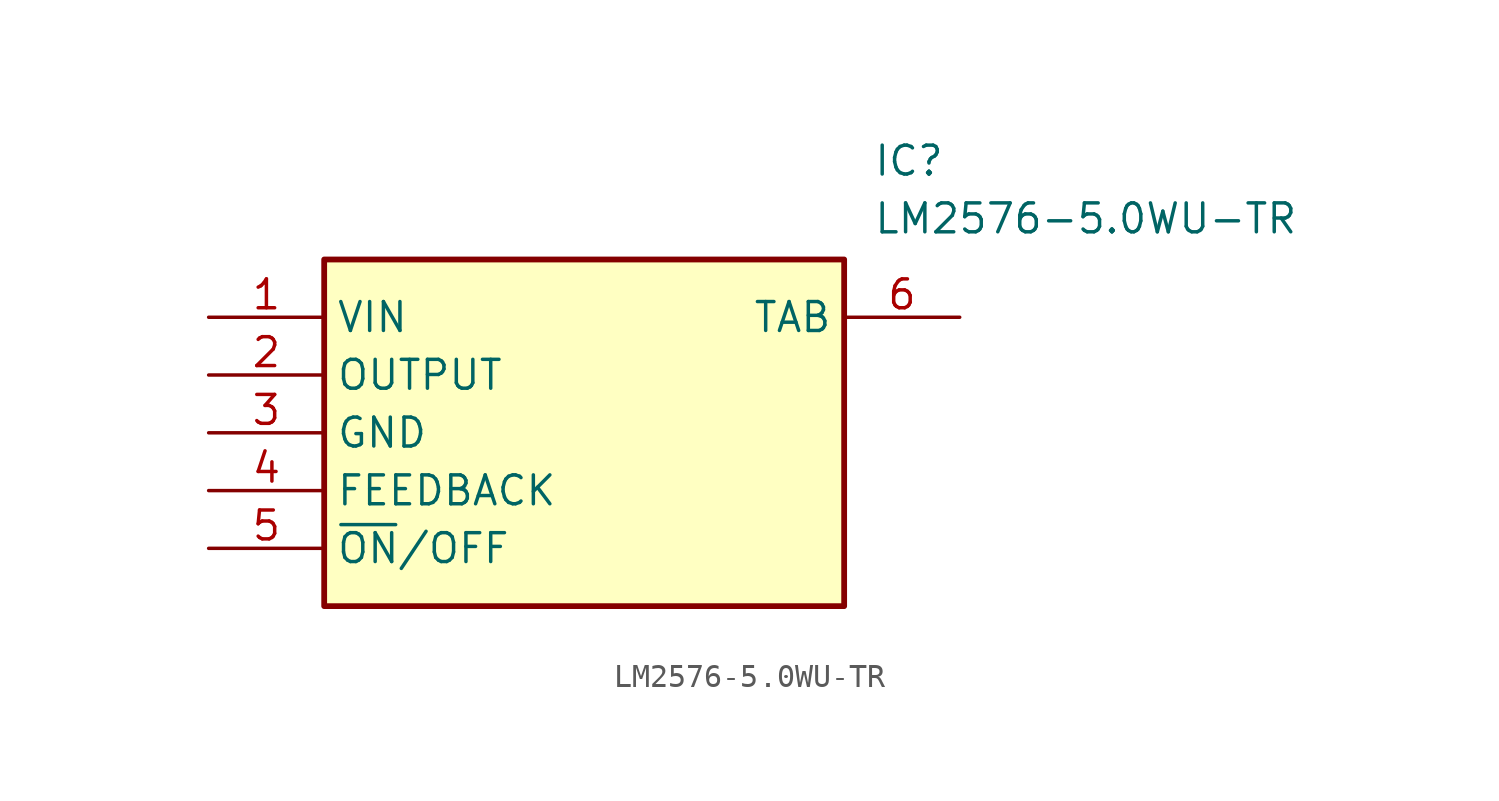
<source format=kicad_sym>
(kicad_symbol_lib
  (version 20211014)
  (generator SamacSys_ECAD_Model)
  (symbol "LM2576-5.0WU-TR"
    (property "Reference" "IC"
      (at 29.21 7.62 0)
      (effects (font (size 1.27 1.27)) (justify left top)))
    (property "Value" "LM2576-5.0WU-TR"
      (at 29.21 5.08 0)
      (effects (font (size 1.27 1.27)) (justify left top)))
    (rectangle
      (start 5.08 2.54)
      (end 27.94 -12.7)
      (stroke (width 0.254) (type default))
      (fill (type background)))
    (pin passive line
      (at 0 0 0)
      (length 5.08)
      (name "VIN" (effects (font (size 1.27 1.27))))
      (number "1" (effects (font (size 1.27 1.27)))))
    (pin passive line
      (at 0 -2.54 0)
      (length 5.08)
      (name "OUTPUT" (effects (font (size 1.27 1.27))))
      (number "2" (effects (font (size 1.27 1.27)))))
    (pin passive line
      (at 0 -5.08 0)
      (length 5.08)
      (name "GND" (effects (font (size 1.27 1.27))))
      (number "3" (effects (font (size 1.27 1.27)))))
    (pin passive line
      (at 0 -7.62 0)
      (length 5.08)
      (name "FEEDBACK" (effects (font (size 1.27 1.27))))
      (number "4" (effects (font (size 1.27 1.27)))))
    (pin passive line
      (at 0 -10.16 0)
      (length 5.08)
      (name "~{ON}/OFF" (effects (font (size 1.27 1.27))))
      (number "5" (effects (font (size 1.27 1.27)))))
    (pin passive line
      (at 33.02 0 180)
      (length 5.08)
      (name "TAB" (effects (font (size 1.27 1.27))))
      (number "6" (effects (font (size 1.27 1.27)))))))
</source>
